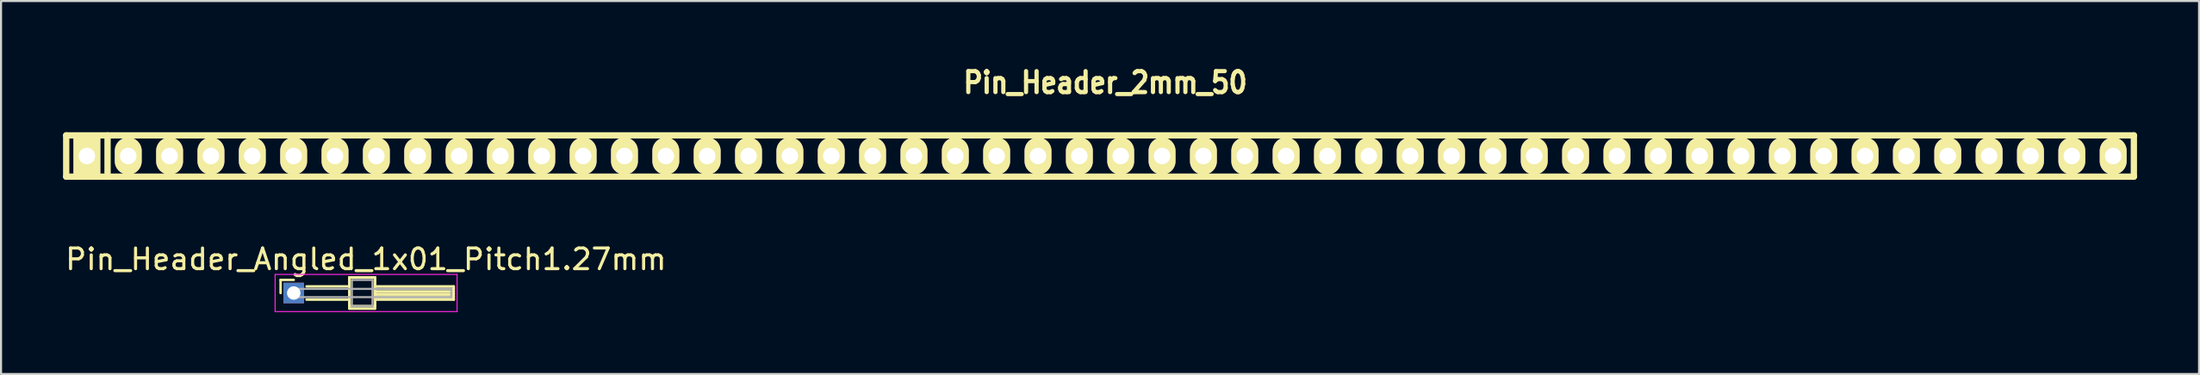
<source format=kicad_pcb>
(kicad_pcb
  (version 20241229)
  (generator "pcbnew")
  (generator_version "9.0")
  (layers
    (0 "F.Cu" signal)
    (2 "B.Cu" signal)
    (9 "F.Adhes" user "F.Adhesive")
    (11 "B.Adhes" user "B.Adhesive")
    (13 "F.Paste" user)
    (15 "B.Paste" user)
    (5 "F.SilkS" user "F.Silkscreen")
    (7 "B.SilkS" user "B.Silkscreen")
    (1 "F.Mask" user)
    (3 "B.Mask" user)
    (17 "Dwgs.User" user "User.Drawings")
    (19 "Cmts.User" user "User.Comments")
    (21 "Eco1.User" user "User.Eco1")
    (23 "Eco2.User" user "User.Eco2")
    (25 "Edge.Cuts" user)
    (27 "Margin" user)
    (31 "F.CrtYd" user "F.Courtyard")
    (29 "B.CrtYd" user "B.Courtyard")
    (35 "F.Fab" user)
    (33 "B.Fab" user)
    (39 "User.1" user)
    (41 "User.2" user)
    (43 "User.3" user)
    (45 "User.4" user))
  (footprint "Pin_Header_Angled_1x01_Pitch1.27mm"
    (layer "F.Cu")
    (at 11.156 11.143)
    (property "Reference" "Pin_Header_Angled_1x01_Pitch1.27mm" (at 3.493 -1.635 0) (layer "F.SilkS") (effects (font (size 1 1) (thickness 0.15))))
    (attr through_hole)
    (fp_line (start -0.635 -0.635) (end 0 -0.635) (stroke (width 0.12) (type solid)) (layer "F.SilkS"))
    (fp_line (start -0.635 0) (end -0.635 -0.635) (stroke (width 0.12) (type solid)) (layer "F.SilkS"))
    (fp_line (start 0.62 -0.32) (end 2.69 -0.32) (stroke (width 0.12) (type solid)) (layer "F.SilkS"))
    (fp_line (start 0.62 0.32) (end 2.69 0.32) (stroke (width 0.12) (type solid)) (layer "F.SilkS"))
    (fp_line (start 2.69 -0.755) (end 2.69 0.635) (stroke (width 0.12) (type solid)) (layer "F.SilkS"))
    (fp_line (start 2.69 -0.755) (end 2.69 0.755) (stroke (width 0.12) (type solid)) (layer "F.SilkS"))
    (fp_line (start 2.69 0.635) (end 3.93 0.635) (stroke (width 0.12) (type solid)) (layer "F.SilkS"))
    (fp_line (start 2.69 0.755) (end 3.93 0.755) (stroke (width 0.12) (type solid)) (layer "F.SilkS"))
    (fp_line (start 3.93 -0.755) (end 2.69 -0.755) (stroke (width 0.12) (type solid)) (layer "F.SilkS"))
    (fp_line (start 3.93 -0.755) (end 2.69 -0.755) (stroke (width 0.12) (type solid)) (layer "F.SilkS"))
    (fp_line (start 3.93 -0.32) (end 3.93 0.32) (stroke (width 0.12) (type solid)) (layer "F.SilkS"))
    (fp_line (start 3.93 -0.2) (end 7.74 -0.2) (stroke (width 0.12) (type solid)) (layer "F.SilkS"))
    (fp_line (start 3.93 -0.08) (end 7.74 -0.08) (stroke (width 0.12) (type solid)) (layer "F.SilkS"))
    (fp_line (start 3.93 0.04) (end 7.74 0.04) (stroke (width 0.12) (type solid)) (layer "F.SilkS"))
    (fp_line (start 3.93 0.16) (end 7.74 0.16) (stroke (width 0.12) (type solid)) (layer "F.SilkS"))
    (fp_line (start 3.93 0.28) (end 7.74 0.28) (stroke (width 0.12) (type solid)) (layer "F.SilkS"))
    (fp_line (start 3.93 0.32) (end 7.74 0.32) (stroke (width 0.12) (type solid)) (layer "F.SilkS"))
    (fp_line (start 3.93 0.635) (end 3.93 -0.755) (stroke (width 0.12) (type solid)) (layer "F.SilkS"))
    (fp_line (start 3.93 0.755) (end 3.93 -0.755) (stroke (width 0.12) (type solid)) (layer "F.SilkS"))
    (fp_line (start 7.74 -0.32) (end 3.93 -0.32) (stroke (width 0.12) (type solid)) (layer "F.SilkS"))
    (fp_line (start 7.74 0.32) (end 7.74 -0.32) (stroke (width 0.12) (type solid)) (layer "F.SilkS"))
    (fp_line (start -0.9 -0.9) (end -0.9 0.9) (stroke (width 0.05) (type solid)) (layer "F.CrtYd"))
    (fp_line (start -0.9 0.9) (end 7.9 0.9) (stroke (width 0.05) (type solid)) (layer "F.CrtYd"))
    (fp_line (start 7.9 -0.9) (end -0.9 -0.9) (stroke (width 0.05) (type solid)) (layer "F.CrtYd"))
    (fp_line (start 7.9 0.9) (end 7.9 -0.9) (stroke (width 0.05) (type solid)) (layer "F.CrtYd"))
    (fp_line (start 0 -0.2) (end 0 0.2) (stroke (width 0.1) (type solid)) (layer "F.Fab"))
    (fp_line (start 0 0.2) (end 7.62 0.2) (stroke (width 0.1) (type solid)) (layer "F.Fab"))
    (fp_line (start 2.81 -0.635) (end 2.81 0.635) (stroke (width 0.1) (type solid)) (layer "F.Fab"))
    (fp_line (start 2.81 0.635) (end 3.81 0.635) (stroke (width 0.1) (type solid)) (layer "F.Fab"))
    (fp_line (start 3.81 -0.635) (end 2.81 -0.635) (stroke (width 0.1) (type solid)) (layer "F.Fab"))
    (fp_line (start 3.81 0.635) (end 3.81 -0.635) (stroke (width 0.1) (type solid)) (layer "F.Fab"))
    (fp_line (start 7.62 -0.2) (end 0 -0.2) (stroke (width 0.1) (type solid)) (layer "F.Fab"))
    (fp_line (start 7.62 0.2) (end 7.62 -0.2) (stroke (width 0.1) (type solid)) (layer "F.Fab"))
    (pad "1" thru_hole rect (at 0 0) (size 1 1) (drill 0.65) (layers "*.Cu" "*.Mask")))
  (footprint "Pin_Header_2mm_50"
    (layer "F.Cu")
    (at 50.152 4.507)
    (property "Reference" "Pin_Header_2mm_50" (at 0.254 -3.556 0) (layer "F.SilkS") (effects (font (size 1.016 0.889) (thickness 0.203))))
    (attr through_hole)
    (fp_line (start -50 -1) (end 50 -1) (stroke (width 0.305) (type solid)) (layer "F.SilkS"))
    (fp_line (start -50 1) (end -50 -1) (stroke (width 0.305) (type solid)) (layer "F.SilkS"))
    (fp_line (start -48 -1) (end -48 1) (stroke (width 0.305) (type solid)) (layer "F.SilkS"))
    (fp_line (start 50 -1) (end 50 1) (stroke (width 0.305) (type solid)) (layer "F.SilkS"))
    (fp_line (start 50 1) (end -50 1) (stroke (width 0.305) (type solid)) (layer "F.SilkS"))
    (pad "1" thru_hole rect (at -49 0) (size 1.3 1.8) (drill 0.8) (layers "*.Cu" "*.Mask" "F.SilkS"))
    (pad "2" thru_hole oval (at -47 0) (size 1.3 1.8) (drill 0.8) (layers "*.Cu" "*.Mask" "F.SilkS"))
    (pad "3" thru_hole oval (at -45 0) (size 1.3 1.8) (drill 0.8) (layers "*.Cu" "*.Mask" "F.SilkS"))
    (pad "4" thru_hole oval (at -43 0) (size 1.3 1.8) (drill 0.8) (layers "*.Cu" "*.Mask" "F.SilkS"))
    (pad "5" thru_hole oval (at -41 0) (size 1.3 1.8) (drill 0.8) (layers "*.Cu" "*.Mask" "F.SilkS"))
    (pad "6" thru_hole oval (at -39 0) (size 1.3 1.8) (drill 0.8) (layers "*.Cu" "*.Mask" "F.SilkS"))
    (pad "7" thru_hole oval (at -37 0) (size 1.3 1.8) (drill 0.8) (layers "*.Cu" "*.Mask" "F.SilkS"))
    (pad "8" thru_hole oval (at -35 0) (size 1.3 1.8) (drill 0.8) (layers "*.Cu" "*.Mask" "F.SilkS"))
    (pad "9" thru_hole oval (at -33 0) (size 1.3 1.8) (drill 0.8) (layers "*.Cu" "*.Mask" "F.SilkS"))
    (pad "10" thru_hole oval (at -31 0) (size 1.3 1.8) (drill 0.8) (layers "*.Cu" "*.Mask" "F.SilkS"))
    (pad "11" thru_hole oval (at -29 0) (size 1.3 1.8) (drill 0.8) (layers "*.Cu" "*.Mask" "F.SilkS"))
    (pad "12" thru_hole oval (at -27 0) (size 1.3 1.8) (drill 0.8) (layers "*.Cu" "*.Mask" "F.SilkS"))
    (pad "13" thru_hole oval (at -25 0) (size 1.3 1.8) (drill 0.8) (layers "*.Cu" "*.Mask" "F.SilkS"))
    (pad "14" thru_hole oval (at -23 0) (size 1.3 1.8) (drill 0.8) (layers "*.Cu" "*.Mask" "F.SilkS"))
    (pad "15" thru_hole oval (at -21 0) (size 1.3 1.8) (drill 0.8) (layers "*.Cu" "*.Mask" "F.SilkS"))
    (pad "16" thru_hole oval (at -19 0) (size 1.3 1.8) (drill 0.8) (layers "*.Cu" "*.Mask" "F.SilkS"))
    (pad "17" thru_hole oval (at -17 0) (size 1.3 1.8) (drill 0.8) (layers "*.Cu" "*.Mask" "F.SilkS"))
    (pad "18" thru_hole oval (at -15 0) (size 1.3 1.8) (drill 0.8) (layers "*.Cu" "*.Mask" "F.SilkS"))
    (pad "19" thru_hole oval (at -13 0) (size 1.3 1.8) (drill 0.8) (layers "*.Cu" "*.Mask" "F.SilkS"))
    (pad "20" thru_hole oval (at -11 0) (size 1.3 1.8) (drill 0.8) (layers "*.Cu" "*.Mask" "F.SilkS"))
    (pad "21" thru_hole oval (at -9 0) (size 1.3 1.8) (drill 0.8) (layers "*.Cu" "*.Mask" "F.SilkS"))
    (pad "22" thru_hole oval (at -7 0) (size 1.3 1.8) (drill 0.8) (layers "*.Cu" "*.Mask" "F.SilkS"))
    (pad "23" thru_hole oval (at -5 0) (size 1.3 1.8) (drill 0.8) (layers "*.Cu" "*.Mask" "F.SilkS"))
    (pad "24" thru_hole oval (at -3 0) (size 1.3 1.8) (drill 0.8) (layers "*.Cu" "*.Mask" "F.SilkS"))
    (pad "25" thru_hole oval (at -1 0) (size 1.3 1.8) (drill 0.8) (layers "*.Cu" "*.Mask" "F.SilkS"))
    (pad "26" thru_hole oval (at 1 0) (size 1.3 1.8) (drill 0.8) (layers "*.Cu" "*.Mask" "F.SilkS"))
    (pad "27" thru_hole oval (at 3 0) (size 1.3 1.8) (drill 0.8) (layers "*.Cu" "*.Mask" "F.SilkS"))
    (pad "28" thru_hole oval (at 5 0) (size 1.3 1.8) (drill 0.8) (layers "*.Cu" "*.Mask" "F.SilkS"))
    (pad "29" thru_hole oval (at 7 0) (size 1.3 1.8) (drill 0.8) (layers "*.Cu" "*.Mask" "F.SilkS"))
    (pad "30" thru_hole oval (at 9 0) (size 1.3 1.8) (drill 0.8) (layers "*.Cu" "*.Mask" "F.SilkS"))
    (pad "31" thru_hole oval (at 11 0) (size 1.3 1.8) (drill 0.8) (layers "*.Cu" "*.Mask" "F.SilkS"))
    (pad "32" thru_hole oval (at 13 0) (size 1.3 1.8) (drill 0.8) (layers "*.Cu" "*.Mask" "F.SilkS"))
    (pad "33" thru_hole oval (at 15 0) (size 1.3 1.8) (drill 0.8) (layers "*.Cu" "*.Mask" "F.SilkS"))
    (pad "34" thru_hole oval (at 17 0) (size 1.3 1.8) (drill 0.8) (layers "*.Cu" "*.Mask" "F.SilkS"))
    (pad "35" thru_hole oval (at 19 0) (size 1.3 1.8) (drill 0.8) (layers "*.Cu" "*.Mask" "F.SilkS"))
    (pad "36" thru_hole oval (at 21 0) (size 1.3 1.8) (drill 0.8) (layers "*.Cu" "*.Mask" "F.SilkS"))
    (pad "37" thru_hole oval (at 23 0) (size 1.3 1.8) (drill 0.8) (layers "*.Cu" "*.Mask" "F.SilkS"))
    (pad "38" thru_hole oval (at 25 0) (size 1.3 1.8) (drill 0.8) (layers "*.Cu" "*.Mask" "F.SilkS"))
    (pad "39" thru_hole oval (at 27 0) (size 1.3 1.8) (drill 0.8) (layers "*.Cu" "*.Mask" "F.SilkS"))
    (pad "40" thru_hole oval (at 29 0) (size 1.3 1.8) (drill 0.8) (layers "*.Cu" "*.Mask" "F.SilkS"))
    (pad "41" thru_hole oval (at 31 0) (size 1.3 1.8) (drill 0.8) (layers "*.Cu" "*.Mask" "F.SilkS"))
    (pad "42" thru_hole oval (at 33 0) (size 1.3 1.8) (drill 0.8) (layers "*.Cu" "*.Mask" "F.SilkS"))
    (pad "43" thru_hole oval (at 35 0) (size 1.3 1.8) (drill 0.8) (layers "*.Cu" "*.Mask" "F.SilkS"))
    (pad "44" thru_hole oval (at 37 0) (size 1.3 1.8) (drill 0.8) (layers "*.Cu" "*.Mask" "F.SilkS"))
    (pad "45" thru_hole oval (at 39 0) (size 1.3 1.8) (drill 0.8) (layers "*.Cu" "*.Mask" "F.SilkS"))
    (pad "46" thru_hole oval (at 41 0) (size 1.3 1.8) (drill 0.8) (layers "*.Cu" "*.Mask" "F.SilkS"))
    (pad "47" thru_hole oval (at 43 0) (size 1.3 1.8) (drill 0.8) (layers "*.Cu" "*.Mask" "F.SilkS"))
    (pad "48" thru_hole oval (at 45 0) (size 1.3 1.8) (drill 0.8) (layers "*.Cu" "*.Mask" "F.SilkS"))
    (pad "49" thru_hole oval (at 47 0) (size 1.3 1.8) (drill 0.8) (layers "*.Cu" "*.Mask" "F.SilkS"))
    (pad "50" thru_hole oval (at 49 0) (size 1.3 1.8) (drill 0.8) (layers "*.Cu" "*.Mask" "F.SilkS")))
  (gr_rect
    (start -3 -3)
    (end 103.305 15.068)
    (stroke (width 0.1) (type default))
    (fill no)
    (layer "Edge.Cuts")))
</source>
